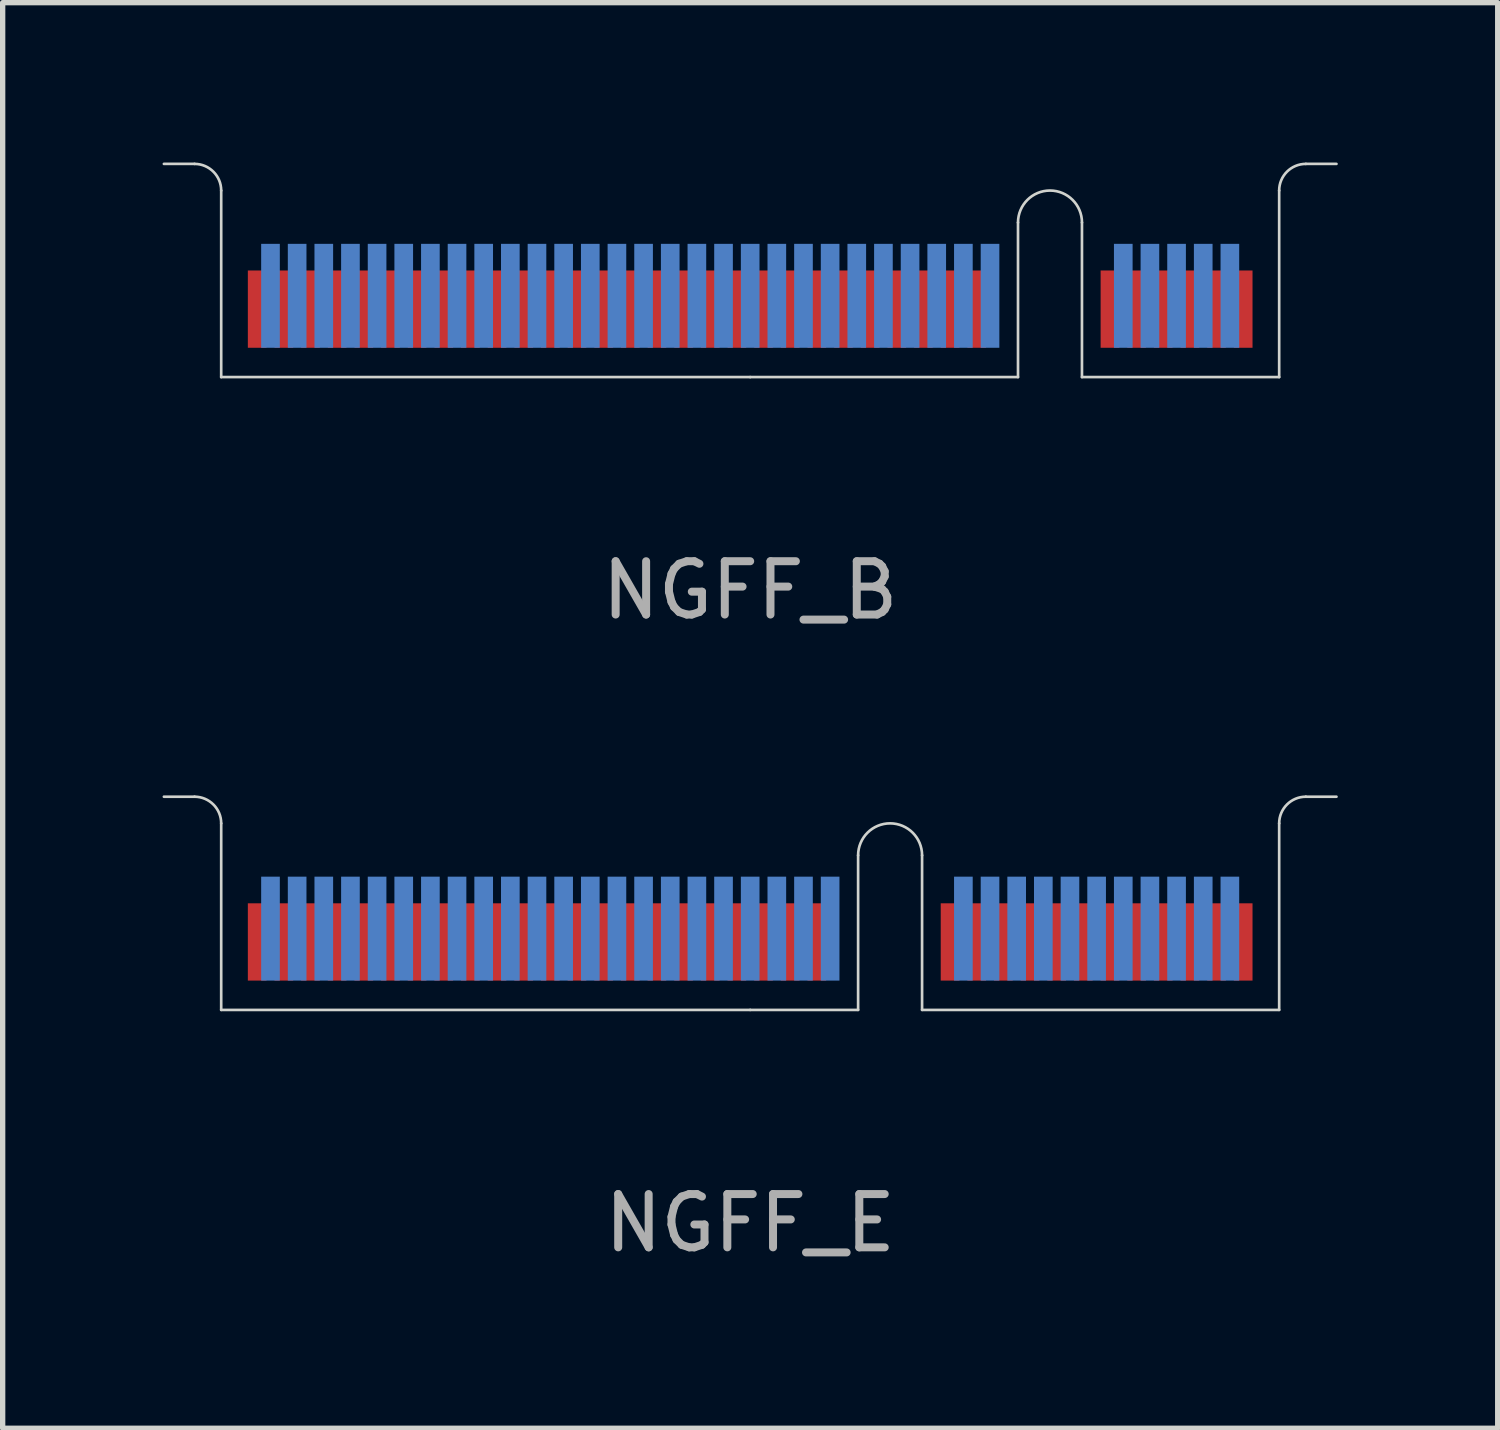
<source format=kicad_pcb>
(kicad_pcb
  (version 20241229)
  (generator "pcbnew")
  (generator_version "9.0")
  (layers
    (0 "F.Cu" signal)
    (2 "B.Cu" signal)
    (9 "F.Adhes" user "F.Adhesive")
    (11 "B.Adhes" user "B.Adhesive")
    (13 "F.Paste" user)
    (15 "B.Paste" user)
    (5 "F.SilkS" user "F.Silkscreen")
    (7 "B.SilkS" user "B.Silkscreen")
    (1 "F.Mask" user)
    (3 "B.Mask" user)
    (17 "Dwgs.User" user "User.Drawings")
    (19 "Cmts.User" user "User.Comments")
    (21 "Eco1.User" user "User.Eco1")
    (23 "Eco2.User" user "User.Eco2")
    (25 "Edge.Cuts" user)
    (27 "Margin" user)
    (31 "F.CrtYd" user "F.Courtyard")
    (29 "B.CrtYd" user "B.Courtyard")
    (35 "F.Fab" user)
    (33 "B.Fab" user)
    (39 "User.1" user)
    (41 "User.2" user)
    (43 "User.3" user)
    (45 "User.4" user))
  (footprint "NGFF_B"
    (layer "F.Cu")
    (at 11.025 4.025)
    (property "Reference" "NGFF_B" (at 0 4 0) (layer "F.Fab") (effects (font (size 1 1) (thickness 0.15))))
    (attr through_hole)
    (fp_poly (pts (xy -9.925 0) (xy 5.025 0) (xy 5.025 -2) (xy -9.925 -2)) (stroke (width 0.1) (type solid)) (fill yes) (layer "F.Mask"))
    (fp_poly (pts (xy 6.225 0) (xy 9.925 0) (xy 9.925 -2) (xy 6.225 -2)) (stroke (width 0.1) (type solid)) (fill yes) (layer "F.Mask"))
    (fp_poly (pts (xy -9.925 0) (xy 5.025 0) (xy 5.025 -2.5) (xy -9.925 -2.5)) (stroke (width 0.1) (type solid)) (fill yes) (layer "B.Mask"))
    (fp_poly (pts (xy 6.225 0) (xy 9.925 0) (xy 9.925 -2.5) (xy 6.225 -2.5)) (stroke (width 0.1) (type solid)) (fill yes) (layer "B.Mask"))
    (fp_line (start -11 -4) (end -10.425 -4) (stroke (width 0.05) (type solid)) (layer "Edge.Cuts"))
    (fp_line (start -9.925 -3.5) (end -9.925 0) (stroke (width 0.05) (type solid)) (layer "Edge.Cuts"))
    (fp_line (start -9.925 0) (end 0 0) (stroke (width 0.05) (type solid)) (layer "Edge.Cuts"))
    (fp_line (start 0 0) (end 5.025 0) (stroke (width 0.05) (type solid)) (layer "Edge.Cuts"))
    (fp_line (start 5.025 0) (end 5.025 -2.9) (stroke (width 0.05) (type solid)) (layer "Edge.Cuts"))
    (fp_line (start 6.225 -2.9) (end 6.225 0) (stroke (width 0.05) (type solid)) (layer "Edge.Cuts"))
    (fp_line (start 6.225 0) (end 9.925 0) (stroke (width 0.05) (type solid)) (layer "Edge.Cuts"))
    (fp_line (start 9.925 0) (end 9.925 -3.5) (stroke (width 0.05) (type solid)) (layer "Edge.Cuts"))
    (fp_line (start 10.425 -4) (end 11 -4) (stroke (width 0.05) (type solid)) (layer "Edge.Cuts"))
    (fp_arc (start -10.425 -4) (mid -10.071447 -3.853553) (end -9.925 -3.5) (stroke (width 0.05) (type solid)) (layer "Edge.Cuts"))
    (fp_arc (start 5.025 -2.9) (mid 5.625 -3.5) (end 6.225 -2.9) (stroke (width 0.05) (type solid)) (layer "Edge.Cuts"))
    (fp_arc (start 9.925 -3.5) (mid 10.071447 -3.853553) (end 10.425 -4) (stroke (width 0.05) (type solid)) (layer "Edge.Cuts"))
    (pad "1" smd rect (at 9.25 -1.275) (size 0.35 1.45) (layers "F.Cu"))
    (pad "2" smd rect (at 9 -1.525) (size 0.35 1.95) (layers "B.Cu"))
    (pad "3" smd rect (at 8.75 -1.275) (size 0.35 1.45) (layers "F.Cu"))
    (pad "4" smd rect (at 8.5 -1.525) (size 0.35 1.95) (layers "B.Cu"))
    (pad "5" smd rect (at 8.25 -1.275) (size 0.35 1.45) (layers "F.Cu"))
    (pad "6" smd rect (at 8 -1.525) (size 0.35 1.95) (layers "B.Cu"))
    (pad "7" smd rect (at 7.75 -1.275) (size 0.35 1.45) (layers "F.Cu"))
    (pad "8" smd rect (at 7.5 -1.525) (size 0.35 1.95) (layers "B.Cu"))
    (pad "9" smd rect (at 7.25 -1.275) (size 0.35 1.45) (layers "F.Cu"))
    (pad "10" smd rect (at 7 -1.525) (size 0.35 1.95) (layers "B.Cu"))
    (pad "11" smd rect (at 6.75 -1.275) (size 0.35 1.45) (layers "F.Cu"))
    (pad "20" smd rect (at 4.5 -1.525) (size 0.35 1.95) (layers "B.Cu"))
    (pad "21" smd rect (at 4.25 -1.275) (size 0.35 1.45) (layers "F.Cu"))
    (pad "22" smd rect (at 4 -1.525) (size 0.35 1.95) (layers "B.Cu"))
    (pad "23" smd rect (at 3.75 -1.275) (size 0.35 1.45) (layers "F.Cu"))
    (pad "24" smd rect (at 3.5 -1.525) (size 0.35 1.95) (layers "B.Cu"))
    (pad "25" smd rect (at 3.25 -1.275) (size 0.35 1.45) (layers "F.Cu"))
    (pad "26" smd rect (at 3 -1.525) (size 0.35 1.95) (layers "B.Cu"))
    (pad "27" smd rect (at 2.75 -1.275) (size 0.35 1.45) (layers "F.Cu"))
    (pad "28" smd rect (at 2.5 -1.525) (size 0.35 1.95) (layers "B.Cu"))
    (pad "29" smd rect (at 2.25 -1.275) (size 0.35 1.45) (layers "F.Cu"))
    (pad "30" smd rect (at 2 -1.525) (size 0.35 1.95) (layers "B.Cu"))
    (pad "31" smd rect (at 1.75 -1.275) (size 0.35 1.45) (layers "F.Cu"))
    (pad "32" smd rect (at 1.5 -1.525) (size 0.35 1.95) (layers "B.Cu"))
    (pad "33" smd rect (at 1.25 -1.275) (size 0.35 1.45) (layers "F.Cu"))
    (pad "34" smd rect (at 1 -1.525) (size 0.35 1.95) (layers "B.Cu"))
    (pad "35" smd rect (at 0.75 -1.275) (size 0.35 1.45) (layers "F.Cu"))
    (pad "36" smd rect (at 0.5 -1.525) (size 0.35 1.95) (layers "B.Cu"))
    (pad "37" smd rect (at 0.25 -1.275) (size 0.35 1.45) (layers "F.Cu"))
    (pad "38" smd rect (at 0 -1.525) (size 0.35 1.95) (layers "B.Cu"))
    (pad "39" smd rect (at -0.25 -1.275) (size 0.35 1.45) (layers "F.Cu"))
    (pad "40" smd rect (at -0.5 -1.525) (size 0.35 1.95) (layers "B.Cu"))
    (pad "41" smd rect (at -0.75 -1.275) (size 0.35 1.45) (layers "F.Cu"))
    (pad "42" smd rect (at -1 -1.525) (size 0.35 1.95) (layers "B.Cu"))
    (pad "43" smd rect (at -1.25 -1.275) (size 0.35 1.45) (layers "F.Cu"))
    (pad "44" smd rect (at -1.5 -1.525) (size 0.35 1.95) (layers "B.Cu"))
    (pad "45" smd rect (at -1.75 -1.275) (size 0.35 1.45) (layers "F.Cu"))
    (pad "46" smd rect (at -2 -1.525) (size 0.35 1.95) (layers "B.Cu"))
    (pad "47" smd rect (at -2.25 -1.275) (size 0.35 1.45) (layers "F.Cu"))
    (pad "48" smd rect (at -2.5 -1.525) (size 0.35 1.95) (layers "B.Cu"))
    (pad "49" smd rect (at -2.75 -1.275) (size 0.35 1.45) (layers "F.Cu"))
    (pad "50" smd rect (at -3 -1.525) (size 0.35 1.95) (layers "B.Cu"))
    (pad "51" smd rect (at -3.25 -1.275) (size 0.35 1.45) (layers "F.Cu"))
    (pad "52" smd rect (at -3.5 -1.525) (size 0.35 1.95) (layers "B.Cu"))
    (pad "53" smd rect (at -3.75 -1.275) (size 0.35 1.45) (layers "F.Cu"))
    (pad "54" smd rect (at -4 -1.525) (size 0.35 1.95) (layers "B.Cu"))
    (pad "55" smd rect (at -4.25 -1.275) (size 0.35 1.45) (layers "F.Cu"))
    (pad "56" smd rect (at -4.5 -1.525) (size 0.35 1.95) (layers "B.Cu"))
    (pad "57" smd rect (at -4.75 -1.275) (size 0.35 1.45) (layers "F.Cu"))
    (pad "58" smd rect (at -5 -1.525) (size 0.35 1.95) (layers "B.Cu"))
    (pad "59" smd rect (at -5.25 -1.275) (size 0.35 1.45) (layers "F.Cu"))
    (pad "60" smd rect (at -5.5 -1.525) (size 0.35 1.95) (layers "B.Cu"))
    (pad "61" smd rect (at -5.75 -1.275) (size 0.35 1.45) (layers "F.Cu"))
    (pad "62" smd rect (at -6 -1.525) (size 0.35 1.95) (layers "B.Cu"))
    (pad "63" smd rect (at -6.25 -1.275) (size 0.35 1.45) (layers "F.Cu"))
    (pad "64" smd rect (at -6.5 -1.525) (size 0.35 1.95) (layers "B.Cu"))
    (pad "65" smd rect (at -6.75 -1.275) (size 0.35 1.45) (layers "F.Cu"))
    (pad "66" smd rect (at -7 -1.525) (size 0.35 1.95) (layers "B.Cu"))
    (pad "67" smd rect (at -7.25 -1.275) (size 0.35 1.45) (layers "F.Cu"))
    (pad "68" smd rect (at -7.5 -1.525) (size 0.35 1.95) (layers "B.Cu"))
    (pad "69" smd rect (at -7.75 -1.275) (size 0.35 1.45) (layers "F.Cu"))
    (pad "70" smd rect (at -8 -1.525) (size 0.35 1.95) (layers "B.Cu"))
    (pad "71" smd rect (at -8.25 -1.275) (size 0.35 1.45) (layers "F.Cu"))
    (pad "72" smd rect (at -8.5 -1.525) (size 0.35 1.95) (layers "B.Cu"))
    (pad "73" smd rect (at -8.75 -1.275) (size 0.35 1.45) (layers "F.Cu"))
    (pad "74" smd rect (at -9 -1.525) (size 0.35 1.95) (layers "B.Cu"))
    (pad "75" smd rect (at -9.25 -1.275) (size 0.35 1.45) (layers "F.Cu")))
  (footprint "NGFF_E"
    (layer "F.Cu")
    (at 11.025 15.898)
    (property "Reference" "NGFF_E" (at 0 4 0) (layer "F.Fab") (effects (font (size 1 1) (thickness 0.15))))
    (attr through_hole)
    (fp_poly (pts (xy -9.925 0) (xy 2.025 0) (xy 2.025 -2) (xy -9.925 -2)) (stroke (width 0.1) (type solid)) (fill yes) (layer "F.Mask"))
    (fp_poly (pts (xy 3.225 0) (xy 9.925 0) (xy 9.925 -2) (xy 3.225 -2)) (stroke (width 0.1) (type solid)) (fill yes) (layer "F.Mask"))
    (fp_poly (pts (xy -9.925 0) (xy 2.025 0) (xy 2.025 -2.5) (xy -9.925 -2.5)) (stroke (width 0.1) (type solid)) (fill yes) (layer "B.Mask"))
    (fp_poly (pts (xy 3.225 0) (xy 9.925 0) (xy 9.925 -2.5) (xy 3.225 -2.5)) (stroke (width 0.1) (type solid)) (fill yes) (layer "B.Mask"))
    (fp_line (start -11 -4) (end -10.425 -4) (stroke (width 0.05) (type solid)) (layer "Edge.Cuts"))
    (fp_line (start -9.925 -3.5) (end -9.925 0) (stroke (width 0.05) (type solid)) (layer "Edge.Cuts"))
    (fp_line (start -9.925 0) (end 0 0) (stroke (width 0.05) (type solid)) (layer "Edge.Cuts"))
    (fp_line (start 0 0) (end 2.025 0) (stroke (width 0.05) (type solid)) (layer "Edge.Cuts"))
    (fp_line (start 2.025 0) (end 2.025 -2.9) (stroke (width 0.05) (type solid)) (layer "Edge.Cuts"))
    (fp_line (start 3.225 -2.9) (end 3.225 0) (stroke (width 0.05) (type solid)) (layer "Edge.Cuts"))
    (fp_line (start 3.225 0) (end 9.925 0) (stroke (width 0.05) (type solid)) (layer "Edge.Cuts"))
    (fp_line (start 9.925 0) (end 9.925 -3.5) (stroke (width 0.05) (type solid)) (layer "Edge.Cuts"))
    (fp_line (start 10.425 -4) (end 11 -4) (stroke (width 0.05) (type solid)) (layer "Edge.Cuts"))
    (fp_arc (start -10.425 -4) (mid -10.071447 -3.853553) (end -9.925 -3.5) (stroke (width 0.05) (type solid)) (layer "Edge.Cuts"))
    (fp_arc (start 2.025 -2.9) (mid 2.625 -3.5) (end 3.225 -2.9) (stroke (width 0.05) (type solid)) (layer "Edge.Cuts"))
    (fp_arc (start 9.925 -3.5) (mid 10.071447 -3.853553) (end 10.425 -4) (stroke (width 0.05) (type solid)) (layer "Edge.Cuts"))
    (pad "1" smd rect (at 9.25 -1.275) (size 0.35 1.45) (layers "F.Cu"))
    (pad "2" smd rect (at 9 -1.525) (size 0.35 1.95) (layers "B.Cu"))
    (pad "3" smd rect (at 8.75 -1.275) (size 0.35 1.45) (layers "F.Cu"))
    (pad "4" smd rect (at 8.5 -1.525) (size 0.35 1.95) (layers "B.Cu"))
    (pad "5" smd rect (at 8.25 -1.275) (size 0.35 1.45) (layers "F.Cu"))
    (pad "6" smd rect (at 8 -1.525) (size 0.35 1.95) (layers "B.Cu"))
    (pad "7" smd rect (at 7.75 -1.275) (size 0.35 1.45) (layers "F.Cu"))
    (pad "8" smd rect (at 7.5 -1.525) (size 0.35 1.95) (layers "B.Cu"))
    (pad "9" smd rect (at 7.25 -1.275) (size 0.35 1.45) (layers "F.Cu"))
    (pad "10" smd rect (at 7 -1.525) (size 0.35 1.95) (layers "B.Cu"))
    (pad "11" smd rect (at 6.75 -1.275) (size 0.35 1.45) (layers "F.Cu"))
    (pad "12" smd rect (at 6.5 -1.525) (size 0.35 1.95) (layers "B.Cu"))
    (pad "13" smd rect (at 6.25 -1.275) (size 0.35 1.45) (layers "F.Cu"))
    (pad "14" smd rect (at 6 -1.525) (size 0.35 1.95) (layers "B.Cu"))
    (pad "15" smd rect (at 5.75 -1.275) (size 0.35 1.45) (layers "F.Cu"))
    (pad "16" smd rect (at 5.5 -1.525) (size 0.35 1.95) (layers "B.Cu"))
    (pad "17" smd rect (at 5.25 -1.275) (size 0.35 1.45) (layers "F.Cu"))
    (pad "18" smd rect (at 5 -1.525) (size 0.35 1.95) (layers "B.Cu"))
    (pad "19" smd rect (at 4.75 -1.275) (size 0.35 1.45) (layers "F.Cu"))
    (pad "20" smd rect (at 4.5 -1.525) (size 0.35 1.95) (layers "B.Cu"))
    (pad "21" smd rect (at 4.25 -1.275) (size 0.35 1.45) (layers "F.Cu"))
    (pad "22" smd rect (at 4 -1.525) (size 0.35 1.95) (layers "B.Cu"))
    (pad "23" smd rect (at 3.75 -1.275) (size 0.35 1.45) (layers "F.Cu"))
    (pad "32" smd rect (at 1.5 -1.525) (size 0.35 1.95) (layers "B.Cu"))
    (pad "33" smd rect (at 1.25 -1.275) (size 0.35 1.45) (layers "F.Cu"))
    (pad "34" smd rect (at 1 -1.525) (size 0.35 1.95) (layers "B.Cu"))
    (pad "35" smd rect (at 0.75 -1.275) (size 0.35 1.45) (layers "F.Cu"))
    (pad "36" smd rect (at 0.5 -1.525) (size 0.35 1.95) (layers "B.Cu"))
    (pad "37" smd rect (at 0.25 -1.275) (size 0.35 1.45) (layers "F.Cu"))
    (pad "38" smd rect (at 0 -1.525) (size 0.35 1.95) (layers "B.Cu"))
    (pad "39" smd rect (at -0.25 -1.275) (size 0.35 1.45) (layers "F.Cu"))
    (pad "40" smd rect (at -0.5 -1.525) (size 0.35 1.95) (layers "B.Cu"))
    (pad "41" smd rect (at -0.75 -1.275) (size 0.35 1.45) (layers "F.Cu"))
    (pad "42" smd rect (at -1 -1.525) (size 0.35 1.95) (layers "B.Cu"))
    (pad "43" smd rect (at -1.25 -1.275) (size 0.35 1.45) (layers "F.Cu"))
    (pad "44" smd rect (at -1.5 -1.525) (size 0.35 1.95) (layers "B.Cu"))
    (pad "45" smd rect (at -1.75 -1.275) (size 0.35 1.45) (layers "F.Cu"))
    (pad "46" smd rect (at -2 -1.525) (size 0.35 1.95) (layers "B.Cu"))
    (pad "47" smd rect (at -2.25 -1.275) (size 0.35 1.45) (layers "F.Cu"))
    (pad "48" smd rect (at -2.5 -1.525) (size 0.35 1.95) (layers "B.Cu"))
    (pad "49" smd rect (at -2.75 -1.275) (size 0.35 1.45) (layers "F.Cu"))
    (pad "50" smd rect (at -3 -1.525) (size 0.35 1.95) (layers "B.Cu"))
    (pad "51" smd rect (at -3.25 -1.275) (size 0.35 1.45) (layers "F.Cu"))
    (pad "52" smd rect (at -3.5 -1.525) (size 0.35 1.95) (layers "B.Cu"))
    (pad "53" smd rect (at -3.75 -1.275) (size 0.35 1.45) (layers "F.Cu"))
    (pad "54" smd rect (at -4 -1.525) (size 0.35 1.95) (layers "B.Cu"))
    (pad "55" smd rect (at -4.25 -1.275) (size 0.35 1.45) (layers "F.Cu"))
    (pad "56" smd rect (at -4.5 -1.525) (size 0.35 1.95) (layers "B.Cu"))
    (pad "57" smd rect (at -4.75 -1.275) (size 0.35 1.45) (layers "F.Cu"))
    (pad "58" smd rect (at -5 -1.525) (size 0.35 1.95) (layers "B.Cu"))
    (pad "59" smd rect (at -5.25 -1.275) (size 0.35 1.45) (layers "F.Cu"))
    (pad "60" smd rect (at -5.5 -1.525) (size 0.35 1.95) (layers "B.Cu"))
    (pad "61" smd rect (at -5.75 -1.275) (size 0.35 1.45) (layers "F.Cu"))
    (pad "62" smd rect (at -6 -1.525) (size 0.35 1.95) (layers "B.Cu"))
    (pad "63" smd rect (at -6.25 -1.275) (size 0.35 1.45) (layers "F.Cu"))
    (pad "64" smd rect (at -6.5 -1.525) (size 0.35 1.95) (layers "B.Cu"))
    (pad "65" smd rect (at -6.75 -1.275) (size 0.35 1.45) (layers "F.Cu"))
    (pad "66" smd rect (at -7 -1.525) (size 0.35 1.95) (layers "B.Cu"))
    (pad "67" smd rect (at -7.25 -1.275) (size 0.35 1.45) (layers "F.Cu"))
    (pad "68" smd rect (at -7.5 -1.525) (size 0.35 1.95) (layers "B.Cu"))
    (pad "69" smd rect (at -7.75 -1.275) (size 0.35 1.45) (layers "F.Cu"))
    (pad "70" smd rect (at -8 -1.525) (size 0.35 1.95) (layers "B.Cu"))
    (pad "71" smd rect (at -8.25 -1.275) (size 0.35 1.45) (layers "F.Cu"))
    (pad "72" smd rect (at -8.5 -1.525) (size 0.35 1.95) (layers "B.Cu"))
    (pad "73" smd rect (at -8.75 -1.275) (size 0.35 1.45) (layers "F.Cu"))
    (pad "74" smd rect (at -9 -1.525) (size 0.35 1.95) (layers "B.Cu"))
    (pad "75" smd rect (at -9.25 -1.275) (size 0.35 1.45) (layers "F.Cu")))
  (gr_rect
    (start -3 -3)
    (end 25.05 23.747)
    (stroke (width 0.1) (type default))
    (fill no)
    (layer "Edge.Cuts")))
</source>
